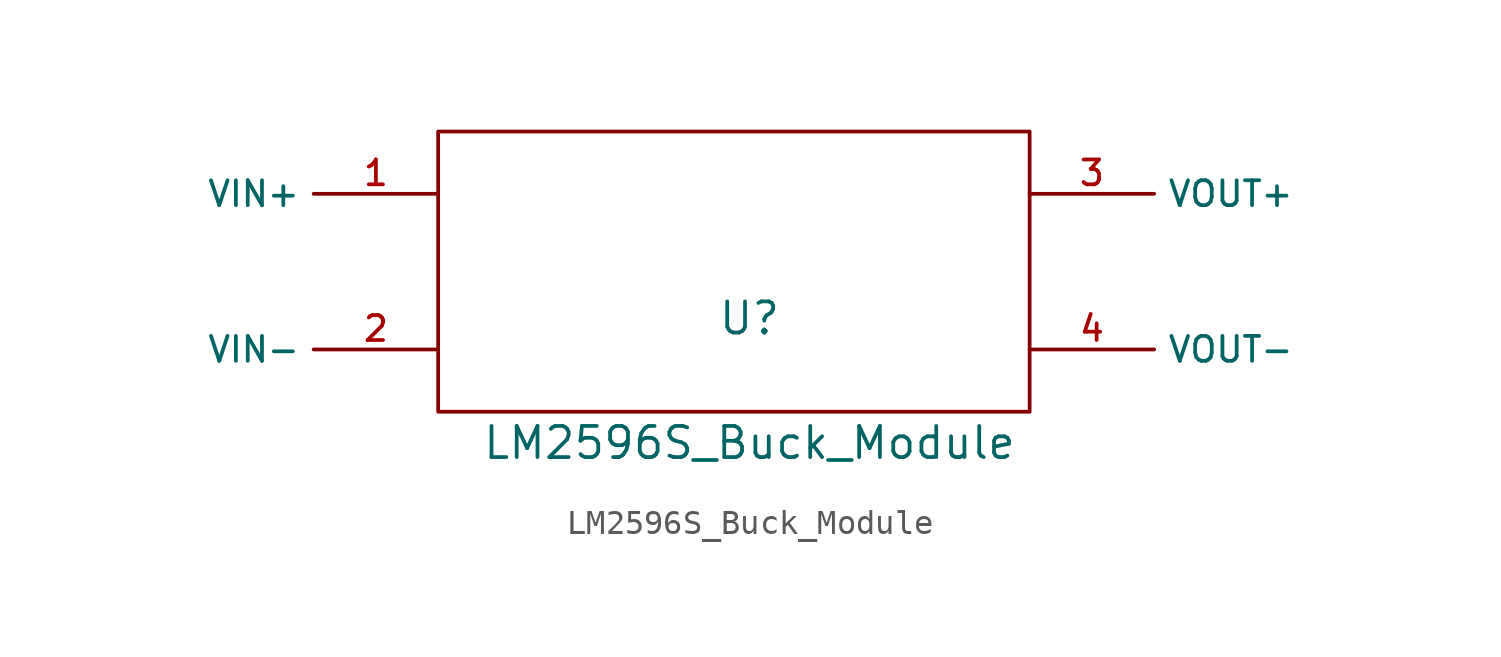
<source format=kicad_sym>
(kicad_symbol_lib
  (version 20211014)
  (generator kicad_symbol_editor)
  (symbol "LM2596S_Buck_Module"
    (property "Reference" "U"
      (at 0 5.08 0)
      (effects (font (size 1.27 1.27))))
    (property "Value" "LM2596S_Buck_Module"
      (at 0 0 0)
      (effects (font (size 1.27 1.27))))
    (symbol "LM2596S_Buck_Module_0_0"
      (pin free line (at -12.7 10.16 180) (length 5.08) (name "VIN+" (effects (font (size 1.016 1.016)))) (number "1" (effects (font (size 1.016 1.016)))))
      (pin power_in line (at -12.7 3.81 180) (length 5.08) (name "VIN-" (effects (font (size 1.016 1.016)))) (number "2" (effects (font (size 1.016 1.016)))))
      (pin power_in line (at 11.43 10.16 0) (length 5.08) (name "VOUT+" (effects (font (size 1.016 1.016)))) (number "3" (effects (font (size 1.016 1.016)))))
      (pin power_in line (at 11.43 3.81 0) (length 5.08) (name "VOUT-" (effects (font (size 1.016 1.016)))) (number "4" (effects (font (size 1.016 1.016))))))
    (symbol "LM2596S_Buck_Module_0_1"
      (rectangle (start -12.7 12.7) (end 11.43 1.27) (stroke (width 0) (type default) (color 0 0 0 0)) (fill (type none))))))
</source>
